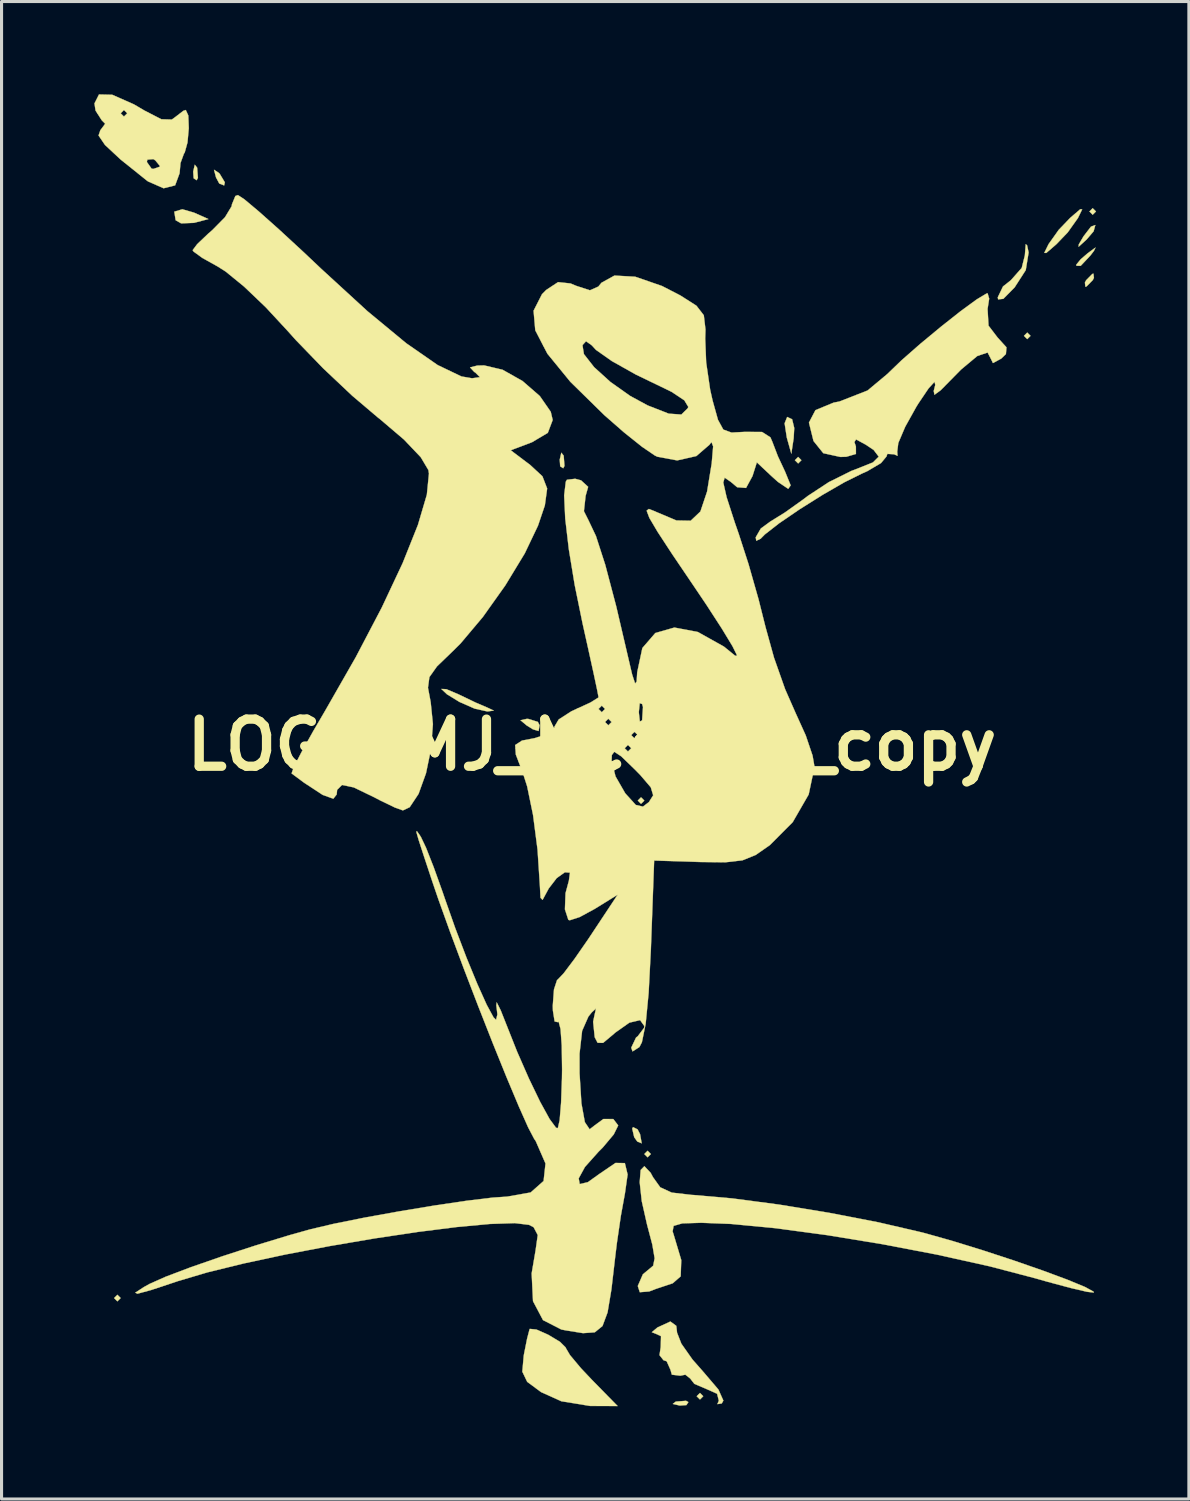
<source format=kicad_pcb>
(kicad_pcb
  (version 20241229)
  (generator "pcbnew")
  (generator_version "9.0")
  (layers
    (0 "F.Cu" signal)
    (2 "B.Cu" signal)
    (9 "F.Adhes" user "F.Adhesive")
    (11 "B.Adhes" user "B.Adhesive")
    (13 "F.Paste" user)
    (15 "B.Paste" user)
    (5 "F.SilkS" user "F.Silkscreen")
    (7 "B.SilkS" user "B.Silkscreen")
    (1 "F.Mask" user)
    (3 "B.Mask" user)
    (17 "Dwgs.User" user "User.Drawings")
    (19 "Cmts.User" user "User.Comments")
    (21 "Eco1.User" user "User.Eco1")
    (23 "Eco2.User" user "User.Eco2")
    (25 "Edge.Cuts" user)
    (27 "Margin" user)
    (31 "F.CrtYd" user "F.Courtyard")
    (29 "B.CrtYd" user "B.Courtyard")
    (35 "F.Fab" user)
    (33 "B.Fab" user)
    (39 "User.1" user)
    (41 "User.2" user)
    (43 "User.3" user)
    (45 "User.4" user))
  (footprint "LOGO_MJ_Medium_copy"
    (layer "F.Cu")
    (at 16.092 21.039)
    (property "Reference" "LOGO_MJ_Medium_copy" (at 0 0 0) (layer "F.SilkS") (effects (font (size 1.524 1.524) (thickness 0.3))))
    (attr through_hole)
    (fp_poly (pts (xy -15.24 17.886) (xy -15.346 17.992) (xy -15.452 17.886) (xy -15.346 17.78) (xy -15.24 17.886)) (stroke (width 0.01) (type solid)) (fill yes) (layer "F.SilkS"))
    (fp_poly (pts (xy 1.693 1.799) (xy 1.587 1.905) (xy 1.482 1.799) (xy 1.587 1.693) (xy 1.693 1.799)) (stroke (width 0.01) (type solid)) (fill yes) (layer "F.SilkS"))
    (fp_poly (pts (xy 1.905 13.229) (xy 1.799 13.335) (xy 1.693 13.229) (xy 1.799 13.123) (xy 1.905 13.229)) (stroke (width 0.01) (type solid)) (fill yes) (layer "F.SilkS"))
    (fp_poly (pts (xy 3.598 21.061) (xy 3.493 21.167) (xy 3.387 21.061) (xy 3.493 20.955) (xy 3.598 21.061)) (stroke (width 0.01) (type solid)) (fill yes) (layer "F.SilkS"))
    (fp_poly (pts (xy 6.773 -9.207) (xy 6.668 -9.102) (xy 6.562 -9.207) (xy 6.668 -9.313) (xy 6.773 -9.207)) (stroke (width 0.01) (type solid)) (fill yes) (layer "F.SilkS"))
    (fp_poly (pts (xy 14.182 -13.229) (xy 14.076 -13.123) (xy 13.97 -13.229) (xy 14.076 -13.335) (xy 14.182 -13.229)) (stroke (width 0.01) (type solid)) (fill yes) (layer "F.SilkS"))
    (fp_poly (pts (xy 16.298 -17.251) (xy 16.192 -17.145) (xy 16.087 -17.251) (xy 16.192 -17.357) (xy 16.298 -17.251)) (stroke (width 0.01) (type solid)) (fill yes) (layer "F.SilkS"))
    (fp_poly (pts (xy -12.767 -18.666) (xy -12.742 -18.336) (xy -12.784 -18.261) (xy -12.88 -18.324) (xy -12.895 -18.538) (xy -12.843 -18.764) (xy -12.767 -18.666)) (stroke (width 0.01) (type solid)) (fill yes) (layer "F.SilkS"))
    (fp_poly (pts (xy -0.914 -9.353) (xy -0.889 -9.022) (xy -0.93 -8.947) (xy -1.027 -9.01) (xy -1.042 -9.225) (xy -0.99 -9.451) (xy -0.914 -9.353)) (stroke (width 0.01) (type solid)) (fill yes) (layer "F.SilkS"))
    (fp_poly (pts (xy 3.118 21.25) (xy 3.055 21.347) (xy 2.84 21.362) (xy 2.614 21.31) (xy 2.712 21.234) (xy 3.043 21.209) (xy 3.118 21.25)) (stroke (width 0.01) (type solid)) (fill yes) (layer "F.SilkS"))
    (fp_poly (pts (xy -12.871 -17.214) (xy -12.402 -17.005) (xy -12.868 -16.883) (xy -13.284 -16.866) (xy -13.462 -16.967) (xy -13.506 -17.244) (xy -13.246 -17.322) (xy -12.871 -17.214)) (stroke (width 0.01) (type solid)) (fill yes) (layer "F.SilkS"))
    (fp_poly (pts (xy -12.067 -18.499) (xy -12.039 -18.471) (xy -11.872 -18.194) (xy -11.894 -18.092) (xy -12.052 -18.155) (xy -12.157 -18.353) (xy -12.222 -18.6) (xy -12.067 -18.499)) (stroke (width 0.01) (type solid)) (fill yes) (layer "F.SilkS"))
    (fp_poly (pts (xy 1.475 12.431) (xy 1.555 12.585) (xy 1.609 12.883) (xy 1.467 12.825) (xy 1.367 12.686) (xy 1.302 12.409) (xy 1.328 12.359) (xy 1.475 12.431)) (stroke (width 0.01) (type solid)) (fill yes) (layer "F.SilkS"))
    (fp_poly (pts (xy 6.473 -10.531) (xy 6.541 -10.249) (xy 6.522 -9.914) (xy 6.447 -9.419) (xy 6.301 -9.939) (xy 6.23 -10.4) (xy 6.313 -10.606) (xy 6.473 -10.531)) (stroke (width 0.01) (type solid)) (fill yes) (layer "F.SilkS"))
    (fp_poly (pts (xy 16.223 -16.611) (xy 15.997 -16.346) (xy 15.737 -16.109) (xy 15.743 -16.186) (xy 15.896 -16.447) (xy 16.137 -16.76) (xy 16.278 -16.813) (xy 16.223 -16.611)) (stroke (width 0.01) (type solid)) (fill yes) (layer "F.SilkS"))
    (fp_poly (pts (xy -1.75 -0.746) (xy -1.693 -0.635) (xy -1.726 -0.45) (xy -1.909 -0.505) (xy -2.117 -0.635) (xy -2.311 -0.799) (xy -2.111 -0.843) (xy -2.064 -0.843) (xy -1.75 -0.746)) (stroke (width 0.01) (type solid)) (fill yes) (layer "F.SilkS"))
    (fp_poly (pts (xy 16.232 -15.975) (xy 16.114 -15.822) (xy 15.805 -15.493) (xy 15.667 -15.494) (xy 15.663 -15.532) (xy 15.808 -15.708) (xy 16.034 -15.902) (xy 16.284 -16.085) (xy 16.232 -15.975)) (stroke (width 0.01) (type solid)) (fill yes) (layer "F.SilkS"))
    (fp_poly (pts (xy 16.232 -15.103) (xy 16.192 -15.028) (xy 15.993 -14.826) (xy 15.956 -14.817) (xy 15.941 -14.953) (xy 15.981 -15.028) (xy 16.18 -15.23) (xy 16.217 -15.24) (xy 16.232 -15.103)) (stroke (width 0.01) (type solid)) (fill yes) (layer "F.SilkS"))
    (fp_poly (pts (xy 15.853 -17.32) (xy 15.714 -17.037) (xy 15.386 -16.575) (xy 15.017 -16.19) (xy 14.692 -15.91) (xy 14.627 -15.912) (xy 14.766 -16.195) (xy 15.094 -16.657) (xy 15.463 -17.042) (xy 15.788 -17.322) (xy 15.853 -17.32)) (stroke (width 0.01) (type solid)) (fill yes) (layer "F.SilkS"))
    (fp_poly (pts (xy 14.071 -16.155) (xy 14.12 -15.924) (xy 14.028 -15.355) (xy 13.668 -14.796) (xy 13.303 -14.426) (xy 13.134 -14.408) (xy 13.123 -14.475) (xy 13.292 -14.826) (xy 13.547 -15.028) (xy 13.897 -15.425) (xy 13.999 -15.83) (xy 14.027 -16.194) (xy 14.071 -16.155)) (stroke (width 0.01) (type solid)) (fill yes) (layer "F.SilkS"))
    (fp_poly (pts (xy -4.706 -1.802) (xy -4.312 -1.635) (xy -4.286 -1.622) (xy -3.761 -1.37) (xy -3.387 -1.21) (xy -3.175 -1.111) (xy -3.366 -1.084) (xy -3.387 -1.084) (xy -3.792 -1.174) (xy -4.286 -1.391) (xy -4.691 -1.64) (xy -4.868 -1.808) (xy -4.868 -1.811) (xy -4.706 -1.802)) (stroke (width 0.01) (type solid)) (fill yes) (layer "F.SilkS"))
    (fp_poly (pts (xy -1.796 18.904) (xy -1.412 19.074) (xy -1.037 19.299) (xy -0.848 19.486) (xy -0.847 19.499) (xy -0.71 19.731) (xy -0.356 20.154) (xy -0.008 20.523) (xy 0.83 21.378) (xy -0.061 21.375) (xy -0.991 21.223) (xy -1.646 20.927) (xy -2.094 20.595) (xy -2.252 20.266) (xy -2.206 19.752) (xy -2.2 19.714) (xy -2.097 19.197) (xy -2.02 18.902) (xy -2.01 18.883) (xy -1.796 18.904)) (stroke (width 0.01) (type solid)) (fill yes) (layer "F.SilkS"))
    (fp_poly (pts (xy 2.727 18.785) (xy 2.752 19.007) (xy 2.891 19.362) (xy 3.251 19.874) (xy 3.596 20.266) (xy 4.089 20.844) (xy 4.249 21.201) (xy 4.198 21.294) (xy 4.055 21.316) (xy 4.103 21.206) (xy 4.047 20.981) (xy 3.713 20.832) (xy 3.312 20.661) (xy 3.175 20.486) (xy 3.02 20.364) (xy 2.857 20.397) (xy 2.584 20.364) (xy 2.54 20.208) (xy 2.416 19.93) (xy 2.314 19.897) (xy 2.184 19.732) (xy 2.223 19.473) (xy 2.233 19.119) (xy 2.078 19.047) (xy 1.935 18.99) (xy 2.117 18.838) (xy 2.536 18.645) (xy 2.727 18.785)) (stroke (width 0.01) (type solid)) (fill yes) (layer "F.SilkS"))
    (fp_poly (pts (xy -15.512 -21.024) (xy -14.814 -20.716) (xy -14.472 -20.515) (xy -13.924 -20.233) (xy -13.588 -20.223) (xy -13.489 -20.293) (xy -13.214 -20.505) (xy -13.134 -20.532) (xy -13.053 -20.354) (xy -13.037 -19.943) (xy -13.079 -19.482) (xy -13.169 -19.156) (xy -13.195 -19.119) (xy -13.305 -18.818) (xy -13.335 -18.486) (xy -13.479 -18.095) (xy -13.851 -18.001) (xy -14.355 -18.222) (xy -14.41 -18.263) (xy -15.142 -18.851) (xy -14.393 -18.851) (xy -14.24 -18.635) (xy -14.182 -18.627) (xy -13.976 -18.699) (xy -13.97 -18.72) (xy -14.118 -18.901) (xy -14.182 -18.944) (xy -14.377 -18.927) (xy -14.393 -18.851) (xy -15.142 -18.851) (xy -15.241 -18.93) (xy -15.747 -19.401) (xy -15.955 -19.708) (xy -15.895 -19.884) (xy -15.889 -19.888) (xy -15.741 -20.087) (xy -15.852 -20.2) (xy -15.996 -20.426) (xy -15.24 -20.426) (xy -15.134 -20.32) (xy -15.028 -20.426) (xy -15.134 -20.532) (xy -15.24 -20.426) (xy -15.996 -20.426) (xy -16.052 -20.513) (xy -16.087 -20.744) (xy -15.941 -21.034) (xy -15.512 -21.024)) (stroke (width 0.01) (type solid)) (fill yes) (layer "F.SilkS"))
    (fp_poly (pts (xy 1.897 13.835) (xy 1.974 13.978) (xy 2.208 14.305) (xy 2.579 14.476) (xy 3.226 14.551) (xy 3.286 14.554) (xy 4.54 14.664) (xy 6.054 14.864) (xy 7.679 15.131) (xy 9.267 15.438) (xy 10.67 15.763) (xy 10.795 15.796) (xy 11.679 16.046) (xy 12.657 16.348) (xy 13.65 16.674) (xy 14.581 16.998) (xy 15.371 17.291) (xy 15.943 17.527) (xy 16.219 17.678) (xy 16.229 17.708) (xy 16.01 17.684) (xy 15.48 17.56) (xy 14.736 17.361) (xy 14.34 17.248) (xy 12.852 16.858) (xy 11.163 16.483) (xy 9.377 16.142) (xy 7.6 15.851) (xy 5.935 15.627) (xy 4.488 15.489) (xy 3.536 15.452) (xy 2.921 15.471) (xy 2.641 15.552) (xy 2.608 15.731) (xy 2.638 15.822) (xy 2.888 16.658) (xy 2.869 17.184) (xy 2.613 17.408) (xy 2.064 17.591) (xy 1.852 17.673) (xy 1.547 17.697) (xy 1.482 17.496) (xy 1.647 17.117) (xy 1.811 16.982) (xy 1.98 16.84) (xy 2.027 16.6) (xy 1.952 16.156) (xy 1.781 15.508) (xy 1.61 14.75) (xy 1.544 14.142) (xy 1.575 13.745) (xy 1.695 13.622) (xy 1.897 13.835)) (stroke (width 0.01) (type solid)) (fill yes) (layer "F.SilkS"))
    (fp_poly (pts (xy 12.845 -14.431) (xy 12.793 -14.1) (xy 12.824 -13.558) (xy 13.113 -13.179) (xy 13.404 -12.857) (xy 13.386 -12.64) (xy 13.236 -12.494) (xy 12.967 -12.349) (xy 12.912 -12.462) (xy 12.795 -12.689) (xy 12.462 -12.578) (xy 11.936 -12.139) (xy 11.706 -11.906) (xy 11.276 -11.469) (xy 11.076 -11.323) (xy 11.052 -11.446) (xy 11.101 -11.642) (xy 11.079 -11.743) (xy 10.883 -11.527) (xy 10.554 -11.039) (xy 10.491 -10.938) (xy 10.129 -10.288) (xy 9.906 -9.764) (xy 9.871 -9.478) (xy 9.872 -9.477) (xy 9.882 -9.349) (xy 9.769 -9.399) (xy 9.552 -9.412) (xy 9.525 -9.329) (xy 9.348 -9.116) (xy 8.906 -8.854) (xy 8.731 -8.776) (xy 8.168 -8.497) (xy 7.458 -8.087) (xy 6.715 -7.62) (xy 6.053 -7.168) (xy 5.587 -6.804) (xy 5.454 -6.668) (xy 5.314 -6.602) (xy 5.295 -6.713) (xy 5.46 -6.998) (xy 5.768 -7.224) (xy 6.239 -7.516) (xy 6.824 -7.933) (xy 6.985 -8.055) (xy 7.662 -8.5) (xy 8.389 -8.861) (xy 8.52 -8.91) (xy 9.087 -9.136) (xy 9.274 -9.322) (xy 9.11 -9.538) (xy 8.859 -9.707) (xy 8.54 -9.88) (xy 8.487 -9.794) (xy 8.535 -9.652) (xy 8.536 -9.409) (xy 8.227 -9.319) (xy 8.032 -9.313) (xy 7.481 -9.434) (xy 7.164 -9.829) (xy 7.017 -10.424) (xy 7.227 -10.826) (xy 7.818 -11.07) (xy 8.001 -11.105) (xy 8.912 -11.461) (xy 9.55 -11.994) (xy 10.009 -12.436) (xy 10.616 -12.969) (xy 11.283 -13.522) (xy 11.921 -14.026) (xy 12.442 -14.407) (xy 12.757 -14.596) (xy 12.794 -14.605) (xy 12.845 -14.431)) (stroke (width 0.01) (type solid)) (fill yes) (layer "F.SilkS"))
    (fp_poly (pts (xy -11.237 -17.641) (xy -10.778 -17.256) (xy -10.125 -16.675) (xy -9.335 -15.946) (xy -8.75 -15.393) (xy -7.259 -14.026) (xy -6.005 -12.989) (xy -4.991 -12.285) (xy -4.221 -11.916) (xy -3.878 -11.857) (xy -3.623 -11.892) (xy -3.767 -12.037) (xy -3.81 -12.065) (xy -3.942 -12.208) (xy -3.712 -12.267) (xy -3.488 -12.273) (xy -2.889 -12.132) (xy -2.246 -11.769) (xy -1.686 -11.282) (xy -1.332 -10.772) (xy -1.27 -10.508) (xy -1.427 -10.093) (xy -1.94 -9.788) (xy -1.949 -9.785) (xy -2.627 -9.529) (xy -1.994 -9.051) (xy -1.601 -8.686) (xy -1.449 -8.292) (xy -1.523 -7.747) (xy -1.745 -7.091) (xy -2.173 -6.194) (xy -2.802 -5.159) (xy -3.528 -4.138) (xy -4.247 -3.284) (xy -4.507 -3.026) (xy -5.011 -2.54) (xy -5.257 -2.194) (xy -5.303 -1.85) (xy -5.215 -1.383) (xy -5.143 -0.675) (xy -5.203 0.128) (xy -5.367 0.917) (xy -5.607 1.582) (xy -5.893 2.013) (xy -6.114 2.117) (xy -6.37 2.025) (xy -6.846 1.795) (xy -7.04 1.693) (xy -7.703 1.373) (xy -8.082 1.294) (xy -8.24 1.451) (xy -8.255 1.602) (xy -8.363 1.739) (xy -8.705 1.617) (xy -9.309 1.221) (xy -9.713 0.921) (xy -9.646 0.726) (xy -9.399 0.245) (xy -9.015 -0.443) (xy -8.628 -1.105) (xy -7.638 -2.837) (xy -6.796 -4.444) (xy -6.12 -5.883) (xy -5.628 -7.113) (xy -5.339 -8.091) (xy -5.271 -8.774) (xy -5.289 -8.889) (xy -5.535 -9.303) (xy -6.079 -9.875) (xy -6.86 -10.54) (xy -6.915 -10.582) (xy -7.753 -11.293) (xy -8.693 -12.18) (xy -9.574 -13.091) (xy -9.853 -13.402) (xy -10.551 -14.155) (xy -11.25 -14.822) (xy -11.845 -15.308) (xy -12.102 -15.471) (xy -12.597 -15.747) (xy -12.883 -15.954) (xy -12.912 -15.999) (xy -12.765 -16.195) (xy -12.401 -16.541) (xy -12.277 -16.648) (xy -11.867 -17.064) (xy -11.651 -17.421) (xy -11.642 -17.481) (xy -11.531 -17.751) (xy -11.448 -17.78) (xy -11.237 -17.641)) (stroke (width 0.01) (type solid)) (fill yes) (layer "F.SilkS"))
    (fp_poly (pts (xy 1.401 -15.14) (xy 2.265 -14.841) (xy 2.857 -14.536) (xy 3.378 -14.204) (xy 3.617 -13.894) (xy 3.671 -13.436) (xy 3.662 -13.139) (xy 3.693 -12.37) (xy 3.822 -11.488) (xy 3.9 -11.141) (xy 4.075 -10.513) (xy 4.247 -10.198) (xy 4.513 -10.101) (xy 4.948 -10.124) (xy 5.501 -10.12) (xy 5.771 -9.947) (xy 5.832 -9.806) (xy 6.013 -9.334) (xy 6.245 -8.837) (xy 6.426 -8.393) (xy 6.347 -8.282) (xy 6.014 -8.506) (xy 5.802 -8.696) (xy 5.332 -9.138) (xy 5.192 -8.696) (xy 4.983 -8.311) (xy 4.696 -8.333) (xy 4.487 -8.509) (xy 4.292 -8.643) (xy 4.246 -8.487) (xy 4.354 -8.012) (xy 4.621 -7.186) (xy 4.742 -6.839) (xy 5.063 -5.847) (xy 5.387 -4.71) (xy 5.613 -3.81) (xy 5.887 -2.821) (xy 6.247 -1.801) (xy 6.586 -1.031) (xy 6.913 -0.309) (xy 7.134 0.345) (xy 7.197 0.708) (xy 7.008 1.602) (xy 6.492 2.497) (xy 5.752 3.24) (xy 5.293 3.559) (xy 4.864 3.732) (xy 4.314 3.795) (xy 3.495 3.786) (xy 2.011 3.738) (xy 1.905 6.622) (xy 1.833 8.018) (xy 1.737 9.019) (xy 1.615 9.614) (xy 1.535 9.769) (xy 1.313 9.911) (xy 1.27 9.791) (xy 1.426 9.462) (xy 1.482 9.419) (xy 1.685 9.149) (xy 1.693 9.089) (xy 1.557 8.899) (xy 1.211 8.98) (xy 0.749 9.306) (xy 0.707 9.345) (xy 0.361 9.634) (xy 0.183 9.632) (xy 0.089 9.451) (xy 0.038 8.951) (xy 0.084 8.731) (xy 0.132 8.521) (xy -0.007 8.649) (xy -0.115 8.784) (xy -0.318 9.244) (xy -0.402 9.987) (xy -0.401 10.622) (xy -0.341 11.588) (xy -0.23 12.198) (xy -0.075 12.429) (xy 0.092 12.299) (xy 0.37 12.096) (xy 0.691 12.098) (xy 0.847 12.302) (xy 0.847 12.307) (xy 0.705 12.594) (xy 0.351 13.016) (xy 0.212 13.155) (xy -0.227 13.647) (xy -0.429 14.016) (xy -0.396 14.201) (xy -0.133 14.139) (xy 0.242 13.871) (xy 0.762 13.517) (xy 1.064 13.522) (xy 1.153 13.89) (xy 1.067 14.499) (xy 0.935 15.224) (xy 0.807 16.1) (xy 0.757 16.51) (xy 0.629 17.609) (xy 0.505 18.349) (xy 0.341 18.79) (xy 0.091 18.994) (xy -0.288 19.021) (xy -0.841 18.932) (xy -0.99 18.903) (xy -1.583 18.599) (xy -1.906 17.987) (xy -1.95 17.089) (xy -1.824 16.351) (xy -1.753 15.849) (xy -1.886 15.595) (xy -2.034 15.519) (xy -2.495 15.463) (xy -3.297 15.49) (xy -4.368 15.589) (xy -5.637 15.749) (xy -7.031 15.958) (xy -8.48 16.205) (xy -9.912 16.478) (xy -11.255 16.766) (xy -12.437 17.056) (xy -13.387 17.338) (xy -13.431 17.353) (xy -14.254 17.626) (xy -14.696 17.746) (xy -14.768 17.713) (xy -14.485 17.528) (xy -14.302 17.427) (xy -13.788 17.198) (xy -12.972 16.889) (xy -11.961 16.538) (xy -10.862 16.181) (xy -9.78 15.852) (xy -9.116 15.666) (xy -8.353 15.486) (xy -7.354 15.285) (xy -6.229 15.082) (xy -5.09 14.893) (xy -4.048 14.739) (xy -3.212 14.638) (xy -2.741 14.606) (xy -1.983 14.472) (xy -1.564 14.101) (xy -1.502 13.535) (xy -1.816 12.815) (xy -1.871 12.733) (xy -2.062 12.369) (xy -2.368 11.683) (xy -2.76 10.749) (xy -3.208 9.642) (xy -3.682 8.437) (xy -4.154 7.208) (xy -4.593 6.031) (xy -4.97 4.981) (xy -5.153 4.445) (xy -5.438 3.585) (xy -5.607 3.064) (xy -5.677 2.818) (xy -5.663 2.784) (xy -5.582 2.898) (xy -5.531 2.976) (xy -5.365 3.325) (xy -5.117 3.956) (xy -4.833 4.748) (xy -4.761 4.958) (xy -4.419 5.929) (xy -4.056 6.881) (xy -3.706 7.732) (xy -3.404 8.402) (xy -3.184 8.807) (xy -3.101 8.89) (xy -3.058 8.714) (xy -3.093 8.414) (xy -3.079 8.324) (xy -2.952 8.578) (xy -2.785 8.999) (xy -2.423 9.912) (xy -2.04 10.785) (xy -1.676 11.54) (xy -1.37 12.097) (xy -1.161 12.38) (xy -1.103 12.392) (xy -1.045 12.137) (xy -0.998 11.566) (xy -0.97 10.786) (xy -0.966 10.494) (xy -0.977 9.724) (xy -1.016 9.183) (xy -1.078 8.95) (xy -1.108 8.964) (xy -1.207 8.942) (xy -1.263 8.589) (xy -1.267 8.431) (xy -1.228 7.906) (xy -1.129 7.604) (xy -1.105 7.585) (xy -0.915 7.385) (xy -0.567 6.923) (xy -0.129 6.292) (xy -0.054 6.179) (xy 0.831 4.843) (xy 0.087 5.303) (xy -0.398 5.566) (xy -0.716 5.669) (xy -0.763 5.657) (xy -0.874 5.316) (xy -0.854 4.792) (xy -0.746 4.39) (xy -0.711 4.13) (xy -0.876 4.118) (xy -1.139 4.305) (xy -1.398 4.642) (xy -1.441 4.722) (xy -1.597 5.011) (xy -1.663 4.943) (xy -1.684 4.551) (xy -1.76 3.383) (xy -1.905 2.265) (xy -2.096 1.338) (xy -2.238 0.896) (xy -2.381 0.522) (xy 0.635 0.522) (xy 0.763 1.019) (xy 1.073 1.558) (xy 1.087 1.576) (xy 1.418 1.941) (xy 1.649 1.994) (xy 1.84 1.849) (xy 1.98 1.629) (xy 1.902 1.37) (xy 1.561 0.971) (xy 1.388 0.795) (xy 0.946 0.368) (xy 0.722 0.221) (xy 0.643 0.327) (xy 0.635 0.522) (xy -2.381 0.522) (xy -2.462 0.311) (xy -2.476 0.106) (xy 1.058 0.106) (xy 1.164 0.212) (xy 1.27 0.106) (xy 1.164 0) (xy 1.058 0.106) (xy -2.476 0.106) (xy -2.483 0.003) (xy -2.263 -0.141) (xy -1.86 -0.218) (xy -1.544 -0.318) (xy 1.27 -0.318) (xy 1.376 -0.212) (xy 1.482 -0.318) (xy 1.376 -0.423) (xy 1.27 -0.318) (xy -1.544 -0.318) (xy -1.402 -0.362) (xy -1.214 -0.563) (xy -1.216 -0.586) (xy -1.124 -0.741) (xy 0.423 -0.741) (xy 0.529 -0.635) (xy 0.635 -0.741) (xy 0.529 -0.847) (xy 0.423 -0.741) (xy -1.124 -0.741) (xy -1.075 -0.824) (xy -0.659 -1.092) (xy -0.528 -1.151) (xy -0.5 -1.164) (xy 0.212 -1.164) (xy 0.318 -1.058) (xy 1.515 -1.058) (xy 1.548 -0.758) (xy 1.622 -0.794) (xy 1.65 -1.227) (xy 1.622 -1.323) (xy 1.545 -1.35) (xy 1.515 -1.058) (xy 0.318 -1.058) (xy 0.423 -1.164) (xy 0.318 -1.27) (xy 0.212 -1.164) (xy -0.5 -1.164) (xy -0.052 -1.37) (xy 0.2 -1.527) (xy 0.212 -1.548) (xy 0.168 -1.778) (xy 0.05 -2.333) (xy -0.125 -3.128) (xy -0.306 -3.94) (xy -0.559 -5.177) (xy -0.748 -6.328) (xy -0.864 -7.318) (xy -0.899 -8.071) (xy -0.846 -8.512) (xy -0.809 -8.575) (xy -0.542 -8.607) (xy -0.352 -8.556) (xy -0.123 -8.346) (xy -0.205 -8.055) (xy -0.26 -7.558) (xy -0.121 -7.282) (xy 0.129 -6.756) (xy 0.431 -5.822) (xy 0.782 -4.492) (xy 1.139 -2.963) (xy 1.298 -2.283) (xy 1.395 -1.988) (xy 1.445 -2.049) (xy 1.463 -2.348) (xy 1.63 -3.134) (xy 2.05 -3.62) (xy 2.666 -3.796) (xy 3.424 -3.652) (xy 4.268 -3.18) (xy 4.632 -2.884) (xy 4.694 -2.891) (xy 4.541 -3.199) (xy 4.2 -3.762) (xy 3.701 -4.532) (xy 3.284 -5.151) (xy 2.593 -6.172) (xy 2.124 -6.889) (xy 1.856 -7.343) (xy 1.768 -7.576) (xy 1.839 -7.631) (xy 2.048 -7.55) (xy 2.081 -7.533) (xy 2.732 -7.259) (xy 3.192 -7.25) (xy 3.507 -7.549) (xy 3.723 -8.193) (xy 3.872 -9.102) (xy 3.919 -9.653) (xy 3.865 -9.795) (xy 3.799 -9.707) (xy 3.377 -9.342) (xy 2.756 -9.201) (xy 2.115 -9.32) (xy 2.031 -9.361) (xy 1.623 -9.639) (xy 1.036 -10.108) (xy 0.407 -10.658) (xy -0.698 -11.742) (xy -1.44 -12.65) (xy -1.585 -12.928) (xy -0.307 -12.928) (xy -0.26 -12.638) (xy 0.07 -12.216) (xy 0.597 -11.738) (xy 1.237 -11.285) (xy 1.799 -10.98) (xy 2.482 -10.713) (xy 2.891 -10.684) (xy 3.099 -10.889) (xy 3.115 -10.932) (xy 2.987 -11.144) (xy 2.58 -11.415) (xy 2.387 -11.51) (xy 1.421 -11.976) (xy 0.642 -12.414) (xy 0.131 -12.774) (xy -0.008 -12.924) (xy -0.192 -13.054) (xy -0.307 -12.928) (xy -1.585 -12.928) (xy -1.833 -13.408) (xy -1.888 -14.041) (xy -1.616 -14.575) (xy -1.481 -14.712) (xy -1.096 -14.966) (xy -0.693 -14.923) (xy -0.504 -14.844) (xy -0.066 -14.702) (xy 0.206 -14.822) (xy 0.308 -14.946) (xy 0.728 -15.178) (xy 1.401 -15.14)) (stroke (width 0.01) (type solid)) (fill yes) (layer "F.SilkS")))
  (gr_rect
    (start -3 -3)
    (end 35.395 45.423)
    (stroke (width 0.1) (type default))
    (fill no)
    (layer "Edge.Cuts")))
</source>
